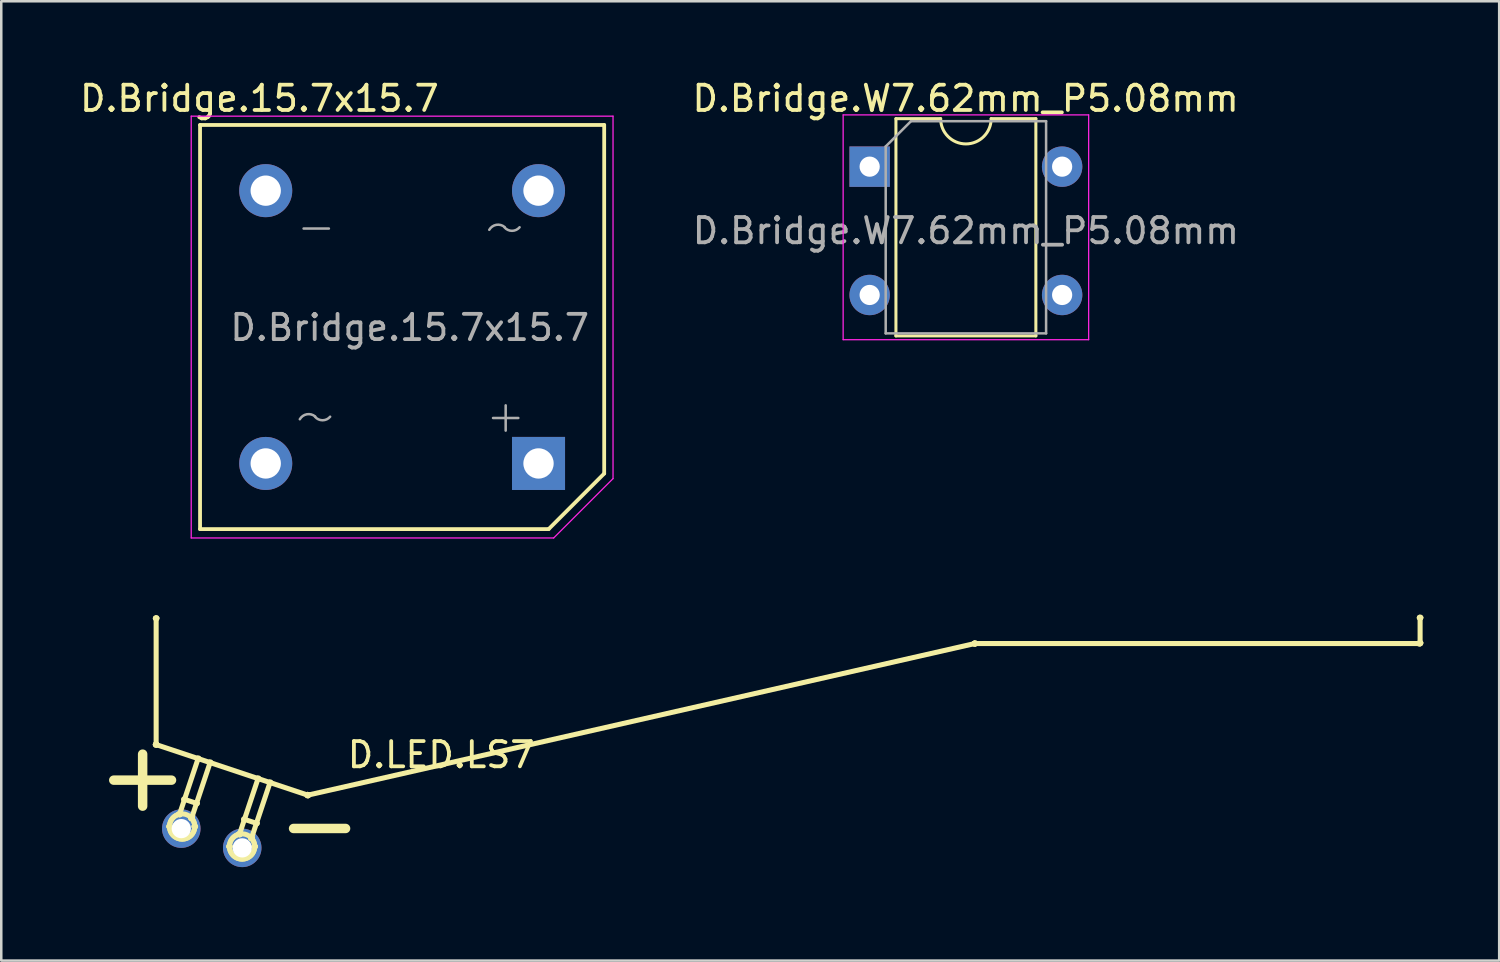
<source format=kicad_pcb>
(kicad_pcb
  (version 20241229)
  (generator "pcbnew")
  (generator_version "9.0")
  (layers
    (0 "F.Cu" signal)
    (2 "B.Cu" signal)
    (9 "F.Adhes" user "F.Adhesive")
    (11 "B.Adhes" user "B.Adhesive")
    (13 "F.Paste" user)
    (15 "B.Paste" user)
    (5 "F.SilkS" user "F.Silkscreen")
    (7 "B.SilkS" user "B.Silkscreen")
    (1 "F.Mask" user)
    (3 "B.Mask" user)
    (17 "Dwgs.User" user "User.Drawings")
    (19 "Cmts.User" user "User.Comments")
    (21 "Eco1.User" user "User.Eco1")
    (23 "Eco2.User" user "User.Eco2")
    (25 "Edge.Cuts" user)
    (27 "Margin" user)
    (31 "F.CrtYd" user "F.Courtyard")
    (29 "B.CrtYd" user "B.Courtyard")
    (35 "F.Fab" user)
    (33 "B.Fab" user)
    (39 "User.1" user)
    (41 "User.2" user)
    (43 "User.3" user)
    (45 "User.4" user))
  (footprint "D.Bridge.15.7x15.7"
    (layer "F.Cu")
    (at 7.47 4.498)
    (property "Reference" "D.Bridge.15.7x15.7" (at -0.25 -3.65 0) (layer "F.SilkS") (effects (font (size 1 1) (thickness 0.15))))
    (attr through_hole)
    (fp_line (start -2.6 -2.6) (end 13.4 -2.6) (stroke (width 0.15) (type solid)) (layer "F.SilkS"))
    (fp_line (start -2.6 13.4) (end -2.6 -2.6) (stroke (width 0.15) (type solid)) (layer "F.SilkS"))
    (fp_line (start 11.2 13.4) (end -2.6 13.4) (stroke (width 0.15) (type solid)) (layer "F.SilkS"))
    (fp_line (start 13.4 -2.6) (end 13.4 11.2) (stroke (width 0.15) (type solid)) (layer "F.SilkS"))
    (fp_line (start 13.4 11.2) (end 11.2 13.4) (stroke (width 0.15) (type solid)) (layer "F.SilkS"))
    (fp_line (start -2.95 -2.95) (end 13.75 -2.95) (stroke (width 0.05) (type solid)) (layer "F.CrtYd"))
    (fp_line (start -2.95 13.75) (end -2.95 -2.95) (stroke (width 0.05) (type solid)) (layer "F.CrtYd"))
    (fp_line (start 11.4 13.75) (end -2.95 13.75) (stroke (width 0.05) (type solid)) (layer "F.CrtYd"))
    (fp_line (start 13.75 -2.95) (end 13.75 11.4) (stroke (width 0.05) (type solid)) (layer "F.CrtYd"))
    (fp_line (start 13.75 11.4) (end 11.4 13.75) (stroke (width 0.05) (type solid)) (layer "F.CrtYd"))
    (fp_line (start 2.5 1.5) (end 1.5 1.5) (stroke (width 0.1) (type solid)) (layer "F.Fab"))
    (fp_line (start 9 9) (end 10 9) (stroke (width 0.1) (type solid)) (layer "F.Fab"))
    (fp_line (start 9.5 8.5) (end 9.5 9.5) (stroke (width 0.1) (type solid)) (layer "F.Fab"))
    (fp_arc (start 1.35 9.05) (mid 1.628233 8.853327) (end 1.957738 8.940047) (stroke (width 0.1) (type solid)) (layer "F.Fab"))
    (fp_arc (start 2.55 8.95) (mid 2.251325 9.09051) (end 1.951704 8.95203) (stroke (width 0.1) (type solid)) (layer "F.Fab"))
    (fp_arc (start 8.85 1.55) (mid 9.128233 1.353327) (end 9.457738 1.440047) (stroke (width 0.1) (type solid)) (layer "F.Fab"))
    (fp_arc (start 10.05 1.45) (mid 9.751325 1.59051) (end 9.451704 1.45203) (stroke (width 0.1) (type solid)) (layer "F.Fab"))
    (fp_text user "${REFERENCE}" (at 5.7 5.423 0) (layer "F.Fab") (effects (font (size 1 1) (thickness 0.15))))
    (pad "1" thru_hole circle (at 0 0) (size 2.1 2.1) (drill 1.2) (layers "*.Cu" "*.Mask"))
    (pad "2" thru_hole circle (at 0 10.8) (size 2.1 2.1) (drill 1.2) (layers "*.Cu" "*.Mask"))
    (pad "3" thru_hole rect (at 10.8 10.8) (size 2.1 2.1) (drill 1.2) (layers "*.Cu" "*.Mask"))
    (pad "4" thru_hole circle (at 10.8 0) (size 2.1 2.1) (drill 1.2) (layers "*.Cu" "*.Mask")))
  (footprint "D.Bridge.W7.62mm_P5.08mm"
    (layer "F.Cu")
    (at 31.38 3.548)
    (property "Reference" "D.Bridge.W7.62mm_P5.08mm" (at 3.8 -2.7 0) (layer "F.SilkS") (effects (font (size 1 1) (thickness 0.15))))
    (attr through_hole)
    (fp_line (start 1.04 -1.9) (end 1.04 6.7) (stroke (width 0.12) (type solid)) (layer "F.SilkS"))
    (fp_line (start 1.04 6.7) (end 6.58 6.7) (stroke (width 0.12) (type solid)) (layer "F.SilkS"))
    (fp_line (start 2.81 -1.9) (end 1.04 -1.9) (stroke (width 0.12) (type solid)) (layer "F.SilkS"))
    (fp_line (start 6.58 -1.9) (end 4.81 -1.9) (stroke (width 0.12) (type solid)) (layer "F.SilkS"))
    (fp_line (start 6.58 6.7) (end 6.58 -1.9) (stroke (width 0.12) (type solid)) (layer "F.SilkS"))
    (fp_arc (start 4.81 -1.9) (mid 3.81 -0.9) (end 2.81 -1.9) (stroke (width 0.12) (type solid)) (layer "F.SilkS"))
    (fp_line (start -1.05 -2.05) (end -1.05 6.85) (stroke (width 0.05) (type solid)) (layer "F.CrtYd"))
    (fp_line (start -1.05 -2.05) (end 8.67 -2.05) (stroke (width 0.05) (type solid)) (layer "F.CrtYd"))
    (fp_line (start 8.67 6.85) (end -1.05 6.85) (stroke (width 0.05) (type solid)) (layer "F.CrtYd"))
    (fp_line (start 8.67 6.85) (end 8.67 -2.05) (stroke (width 0.05) (type solid)) (layer "F.CrtYd"))
    (fp_line (start 0.635 -0.8) (end 1.635 -1.8) (stroke (width 0.1) (type solid)) (layer "F.Fab"))
    (fp_line (start 0.635 6.6) (end 0.635 -0.8) (stroke (width 0.1) (type solid)) (layer "F.Fab"))
    (fp_line (start 1.635 -1.8) (end 6.985 -1.8) (stroke (width 0.1) (type solid)) (layer "F.Fab"))
    (fp_line (start 6.985 -1.8) (end 6.985 6.6) (stroke (width 0.1) (type solid)) (layer "F.Fab"))
    (fp_line (start 6.985 6.6) (end 0.635 6.6) (stroke (width 0.1) (type solid)) (layer "F.Fab"))
    (fp_text user "${REFERENCE}" (at 3.81 2.54 0) (layer "F.Fab") (effects (font (size 1 1) (thickness 0.15))))
    (pad "1" thru_hole rect (at 0 0) (size 1.6 1.6) (drill 0.8) (layers "*.Cu" "*.Mask"))
    (pad "2" thru_hole oval (at 0 5.08) (size 1.6 1.6) (drill 0.8) (layers "*.Cu" "*.Mask"))
    (pad "3" thru_hole oval (at 7.62 5.08) (size 1.6 1.6) (drill 0.8) (layers "*.Cu" "*.Mask"))
    (pad "4" thru_hole oval (at 7.62 0) (size 1.6 1.6) (drill 0.8) (layers "*.Cu" "*.Mask")))
  (footprint "D.LED.LS7"
    (layer "F.Cu")
    (at 6.54 29.374)
    (property "Reference" "D.LED.LS7" (at 7.874 -2.54 0) (layer "F.SilkS") (effects (font (size 1 1) (thickness 0.15))))
    (attr through_hole)
    (fp_line (start -3.408 -2.945) (end -3.408 -7.947) (stroke (width 0.2) (type solid)) (layer "F.SilkS"))
    (fp_line (start -3.408 -2.945) (end 2.595 -0.944) (stroke (width 0.2) (type solid)) (layer "F.SilkS"))
    (fp_line (start -2.48 -0.192) (end -1.747 -2.391) (stroke (width 0.2) (type solid)) (layer "F.SilkS"))
    (fp_line (start -2.285 -0.778) (end -1.81 -0.62) (stroke (width 0.2) (type solid)) (layer "F.SilkS"))
    (fp_line (start -2.005 -0.034) (end -1.272 -2.233) (stroke (width 0.2) (type solid)) (layer "F.SilkS"))
    (fp_line (start -0.107 0.599) (end 0.626 -1.601) (stroke (width 0.2) (type solid)) (layer "F.SilkS"))
    (fp_line (start 0.088 0.013) (end 0.563 0.171) (stroke (width 0.2) (type solid)) (layer "F.SilkS"))
    (fp_line (start 0.367 0.757) (end 1.1 -1.442) (stroke (width 0.2) (type solid)) (layer "F.SilkS"))
    (fp_line (start 2.595 -0.944) (end 29.005 -6.947) (stroke (width 0.2) (type solid)) (layer "F.SilkS"))
    (fp_line (start 29.005 -6.947) (end 46.612 -6.947) (stroke (width 0.2) (type solid)) (layer "F.SilkS"))
    (fp_line (start 46.632 -6.968) (end 46.632 -7.969) (stroke (width 0.2) (type solid)) (layer "F.SilkS"))
    (fp_arc (start -3.439436 -7.947084) (mid -3.407673 -7.978847) (end -3.37591 -7.947084) (stroke (width 0.2) (type solid)) (layer "F.SilkS"))
    (fp_arc (start -3.439436 -2.945112) (mid -3.407673 -2.976875) (end -3.37591 -2.945112) (stroke (width 0.2) (type solid)) (layer "F.SilkS"))
    (fp_arc (start -3.439436 -2.945112) (mid -3.407673 -2.976875) (end -3.37591 -2.945112) (stroke (width 0.2) (type solid)) (layer "F.SilkS"))
    (fp_arc (start -3.375911 -7.947084) (mid -3.407673 -7.915322) (end -3.439435 -7.947084) (stroke (width 0.2) (type solid)) (layer "F.SilkS"))
    (fp_arc (start -3.375911 -2.945112) (mid -3.407673 -2.91335) (end -3.439435 -2.945112) (stroke (width 0.2) (type solid)) (layer "F.SilkS"))
    (fp_arc (start -3.375911 -2.945112) (mid -3.407673 -2.91335) (end -3.439435 -2.945112) (stroke (width 0.2) (type solid)) (layer "F.SilkS"))
    (fp_arc (start -2.911488 0.297501) (mid -2.879726 0.265739) (end -2.847964 0.297501) (stroke (width 0.2) (type solid)) (layer "F.SilkS"))
    (fp_arc (start -2.879726 0.297501) (mid -2.379528 -0.202697) (end -1.87933 0.297501) (stroke (width 0.2) (type solid)) (layer "F.SilkS"))
    (fp_arc (start -2.847963 0.297501) (mid -2.879726 0.329264) (end -2.911489 0.297501) (stroke (width 0.2) (type solid)) (layer "F.SilkS"))
    (fp_arc (start -2.512307 -0.192391) (mid -2.480545 -0.224153) (end -2.448783 -0.192391) (stroke (width 0.2) (type solid)) (layer "F.SilkS"))
    (fp_arc (start -2.511687 -0.192185) (mid -2.479925 -0.223947) (end -2.448163 -0.192185) (stroke (width 0.2) (type solid)) (layer "F.SilkS"))
    (fp_arc (start -2.448782 -0.192391) (mid -2.480545 -0.160628) (end -2.512308 -0.192391) (stroke (width 0.2) (type solid)) (layer "F.SilkS"))
    (fp_arc (start -2.448162 -0.192185) (mid -2.479925 -0.160422) (end -2.511688 -0.192185) (stroke (width 0.2) (type solid)) (layer "F.SilkS"))
    (fp_arc (start -2.316385 -0.778097) (mid -2.284622 -0.80986) (end -2.252859 -0.778097) (stroke (width 0.2) (type solid)) (layer "F.SilkS"))
    (fp_arc (start -2.25286 -0.778097) (mid -2.284622 -0.746335) (end -2.316384 -0.778097) (stroke (width 0.2) (type solid)) (layer "F.SilkS"))
    (fp_arc (start -2.037106 -0.034178) (mid -2.005343 -0.065941) (end -1.97358 -0.034178) (stroke (width 0.2) (type solid)) (layer "F.SilkS"))
    (fp_arc (start -2.036777 -0.034069) (mid -2.005015 -0.065831) (end -1.973253 -0.034069) (stroke (width 0.2) (type solid)) (layer "F.SilkS"))
    (fp_arc (start -2.005016 -0.034069) (mid -2.537535 0.772083) (end -2.480545 -0.192391) (stroke (width 0.2) (type solid)) (layer "F.SilkS"))
    (fp_arc (start -1.973581 -0.034178) (mid -2.005343 -0.002416) (end -2.037105 -0.034178) (stroke (width 0.2) (type solid)) (layer "F.SilkS"))
    (fp_arc (start -1.973252 -0.034069) (mid -2.005015 -0.002306) (end -2.036778 -0.034069) (stroke (width 0.2) (type solid)) (layer "F.SilkS"))
    (fp_arc (start -1.911093 0.297501) (mid -1.87933 0.265738) (end -1.847567 0.297501) (stroke (width 0.2) (type solid)) (layer "F.SilkS"))
    (fp_arc (start -1.87933 0.297501) (mid -2.379528 0.797699) (end -2.879726 0.297501) (stroke (width 0.2) (type solid)) (layer "F.SilkS"))
    (fp_arc (start -1.847568 0.297501) (mid -1.87933 0.329263) (end -1.911092 0.297501) (stroke (width 0.2) (type solid)) (layer "F.SilkS"))
    (fp_arc (start -1.841857 -0.619922) (mid -1.810095 -0.651684) (end -1.778333 -0.619922) (stroke (width 0.2) (type solid)) (layer "F.SilkS"))
    (fp_arc (start -1.778586 -2.391495) (mid -1.746824 -2.423257) (end -1.715062 -2.391495) (stroke (width 0.2) (type solid)) (layer "F.SilkS"))
    (fp_arc (start -1.778332 -0.619922) (mid -1.810095 -0.588159) (end -1.841858 -0.619922) (stroke (width 0.2) (type solid)) (layer "F.SilkS"))
    (fp_arc (start -1.715061 -2.391495) (mid -1.746824 -2.359732) (end -1.778587 -2.391495) (stroke (width 0.2) (type solid)) (layer "F.SilkS"))
    (fp_arc (start -1.304058 -2.23332) (mid -1.272295 -2.265083) (end -1.240532 -2.23332) (stroke (width 0.2) (type solid)) (layer "F.SilkS"))
    (fp_arc (start -1.240533 -2.23332) (mid -1.272295 -2.201558) (end -1.304057 -2.23332) (stroke (width 0.2) (type solid)) (layer "F.SilkS"))
    (fp_arc (start -0.538846 1.088382) (mid -0.507083 1.056619) (end -0.47532 1.088382) (stroke (width 0.2) (type solid)) (layer "F.SilkS"))
    (fp_arc (start -0.507084 1.088382) (mid -0.006885 0.588183) (end 0.493314 1.088382) (stroke (width 0.2) (type solid)) (layer "F.SilkS"))
    (fp_arc (start -0.475321 1.088382) (mid -0.507083 1.120144) (end -0.538845 1.088382) (stroke (width 0.2) (type solid)) (layer "F.SilkS"))
    (fp_arc (start -0.139665 0.59849) (mid -0.107902 0.566727) (end -0.076139 0.59849) (stroke (width 0.2) (type solid)) (layer "F.SilkS"))
    (fp_arc (start -0.139045 0.598696) (mid -0.107282 0.566933) (end -0.075519 0.598696) (stroke (width 0.2) (type solid)) (layer "F.SilkS"))
    (fp_arc (start -0.07614 0.59849) (mid -0.107902 0.630252) (end -0.139664 0.59849) (stroke (width 0.2) (type solid)) (layer "F.SilkS"))
    (fp_arc (start -0.07552 0.598696) (mid -0.107282 0.630458) (end -0.139044 0.598696) (stroke (width 0.2) (type solid)) (layer "F.SilkS"))
    (fp_arc (start 0.05626 0.012782) (mid 0.088022 -0.01898) (end 0.119784 0.012782) (stroke (width 0.2) (type solid)) (layer "F.SilkS"))
    (fp_arc (start 0.119785 0.012782) (mid 0.088022 0.044545) (end 0.056259 0.012782) (stroke (width 0.2) (type solid)) (layer "F.SilkS"))
    (fp_arc (start 0.335539 0.756703) (mid 0.367301 0.724941) (end 0.399063 0.756703) (stroke (width 0.2) (type solid)) (layer "F.SilkS"))
    (fp_arc (start 0.335865 0.756812) (mid 0.367628 0.725049) (end 0.399391 0.756812) (stroke (width 0.2) (type solid)) (layer "F.SilkS"))
    (fp_arc (start 0.367629 0.756812) (mid -0.164891 1.562967) (end -0.107902 0.59849) (stroke (width 0.2) (type solid)) (layer "F.SilkS"))
    (fp_arc (start 0.399064 0.756703) (mid 0.367301 0.788466) (end 0.335538 0.756703) (stroke (width 0.2) (type solid)) (layer "F.SilkS"))
    (fp_arc (start 0.39939 0.756812) (mid 0.367628 0.788574) (end 0.335866 0.756812) (stroke (width 0.2) (type solid)) (layer "F.SilkS"))
    (fp_arc (start 0.461552 1.088382) (mid 0.493314 1.05662) (end 0.525076 1.088382) (stroke (width 0.2) (type solid)) (layer "F.SilkS"))
    (fp_arc (start 0.493313 1.088382) (mid -0.006885 1.58858) (end -0.507083 1.088382) (stroke (width 0.2) (type solid)) (layer "F.SilkS"))
    (fp_arc (start 0.525077 1.088382) (mid 0.493314 1.120145) (end 0.461551 1.088382) (stroke (width 0.2) (type solid)) (layer "F.SilkS"))
    (fp_arc (start 0.530785 0.170959) (mid 0.562548 0.139196) (end 0.594311 0.170959) (stroke (width 0.2) (type solid)) (layer "F.SilkS"))
    (fp_arc (start 0.594056 -1.600613) (mid 0.625819 -1.632376) (end 0.657582 -1.600613) (stroke (width 0.2) (type solid)) (layer "F.SilkS"))
    (fp_arc (start 0.59431 0.170959) (mid 0.562548 0.202721) (end 0.530786 0.170959) (stroke (width 0.2) (type solid)) (layer "F.SilkS"))
    (fp_arc (start 0.657581 -1.600613) (mid 0.625819 -1.568851) (end 0.594057 -1.600613) (stroke (width 0.2) (type solid)) (layer "F.SilkS"))
    (fp_arc (start 1.068587 -1.442439) (mid 1.100349 -1.474201) (end 1.132111 -1.442439) (stroke (width 0.2) (type solid)) (layer "F.SilkS"))
    (fp_arc (start 1.132112 -1.442439) (mid 1.100349 -1.410676) (end 1.068586 -1.442439) (stroke (width 0.2) (type solid)) (layer "F.SilkS"))
    (fp_arc (start 2.562931 -0.944324) (mid 2.594693 -0.976086) (end 2.626455 -0.944324) (stroke (width 0.2) (type solid)) (layer "F.SilkS"))
    (fp_arc (start 2.562931 -0.944324) (mid 2.594693 -0.976086) (end 2.626455 -0.944324) (stroke (width 0.2) (type solid)) (layer "F.SilkS"))
    (fp_arc (start 2.626456 -0.944324) (mid 2.594693 -0.912561) (end 2.56293 -0.944324) (stroke (width 0.2) (type solid)) (layer "F.SilkS"))
    (fp_arc (start 2.626456 -0.944324) (mid 2.594693 -0.912561) (end 2.56293 -0.944324) (stroke (width 0.2) (type solid)) (layer "F.SilkS"))
    (fp_arc (start 28.973338 -6.946689) (mid 29.0051 -6.978451) (end 29.036862 -6.946689) (stroke (width 0.2) (type solid)) (layer "F.SilkS"))
    (fp_arc (start 28.973338 -6.946689) (mid 29.0051 -6.978451) (end 29.036862 -6.946689) (stroke (width 0.2) (type solid)) (layer "F.SilkS"))
    (fp_arc (start 29.036863 -6.946689) (mid 29.0051 -6.914926) (end 28.973337 -6.946689) (stroke (width 0.2) (type solid)) (layer "F.SilkS"))
    (fp_arc (start 29.036863 -6.946689) (mid 29.0051 -6.914926) (end 28.973337 -6.946689) (stroke (width 0.2) (type solid)) (layer "F.SilkS"))
    (fp_arc (start 46.580278 -6.946689) (mid 46.61204 -6.978451) (end 46.643802 -6.946689) (stroke (width 0.2) (type solid)) (layer "F.SilkS"))
    (fp_arc (start 46.59979 -7.968878) (mid 46.631552 -8.00064) (end 46.663314 -7.968878) (stroke (width 0.2) (type solid)) (layer "F.SilkS"))
    (fp_arc (start 46.59979 -6.968484) (mid 46.631552 -7.000246) (end 46.663314 -6.968484) (stroke (width 0.2) (type solid)) (layer "F.SilkS"))
    (fp_arc (start 46.643803 -6.946689) (mid 46.61204 -6.914926) (end 46.580277 -6.946689) (stroke (width 0.2) (type solid)) (layer "F.SilkS"))
    (fp_arc (start 46.663315 -7.968878) (mid 46.631552 -7.937115) (end 46.599789 -7.968878) (stroke (width 0.2) (type solid)) (layer "F.SilkS"))
    (fp_arc (start 46.663315 -6.968484) (mid 46.631552 -6.936721) (end 46.599789 -6.968484) (stroke (width 0.2) (type solid)) (layer "F.SilkS"))
    (fp_text user "+" (at -2.413 0.381 90) (layer "F.SilkS") (effects (font (size 3.001 2.701) (thickness 0.375)) (justify left bottom)))
    (fp_text user "-" (at 1.143 1.905 0) (layer "F.SilkS") (effects (font (size 3.001 2.701) (thickness 0.375)) (justify left bottom)))
    (pad "1" thru_hole circle (at 0 1.143) (size 1.524 1.524) (drill 0.762) (layers "*.Cu" "*.Mask"))
    (pad "2" thru_hole circle (at -2.413 0.381) (size 1.524 1.524) (drill 0.762) (layers "*.Cu" "*.Mask")))
  (gr_rect
    (start -3 -3)
    (end 56.303 34.98)
    (stroke (width 0.1) (type default))
    (fill no)
    (layer "Edge.Cuts")))
</source>
